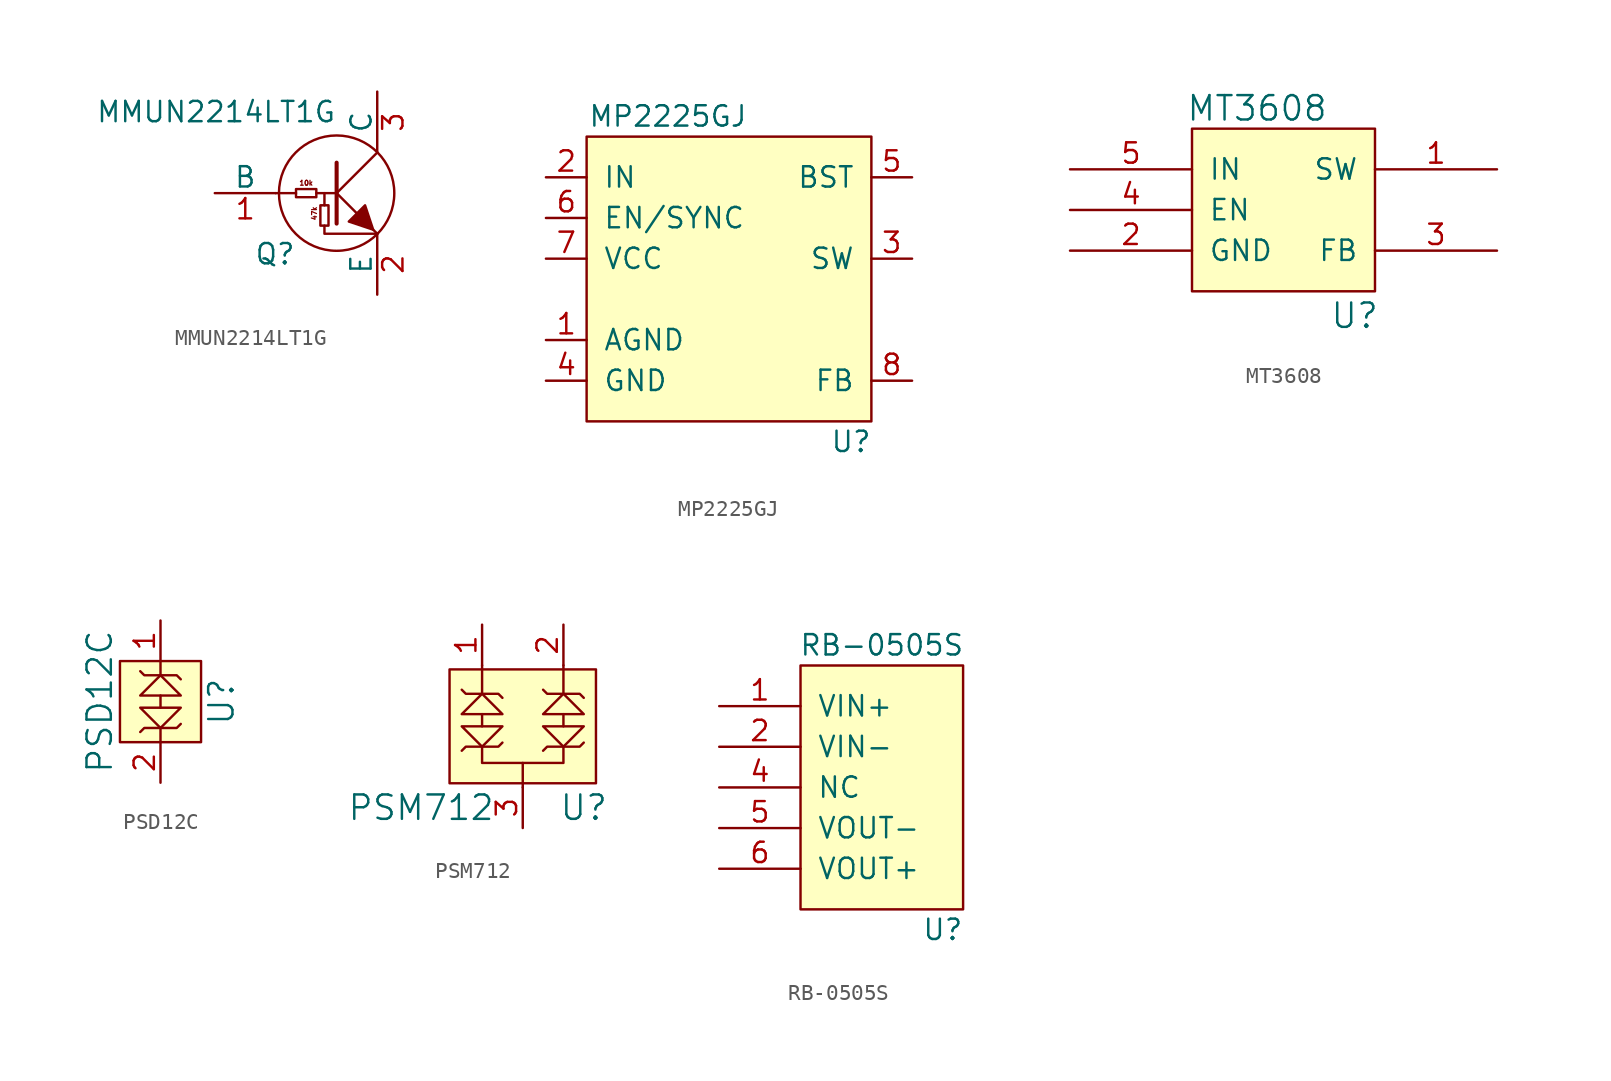
<source format=kicad_sym>
(kicad_symbol_lib
  (version 20211014)
  (generator kicad_symbol_editor)
  (symbol "MMUN2214LT1G"
    (pin_names
      (offset 0))
    (property "Reference" "Q"
      (at -2.54 -3.81 0)
      (effects (font (size 1.27 1.27)) (justify right)))
    (property "Value" "MMUN2214LT1G"
      (at 0 5.08 0)
      (effects (font (size 1.27 1.27)) (justify right)))
    (property "Footprint" ""
      (at 0 0 0)
      (effects (font (size 1.524 1.524))))
    (property "Datasheet" ""
      (at 0 0 0)
      (effects (font (size 1.524 1.524))))
    (symbol "MMUN2214LT1G_0_0"
      (polyline (pts (xy -2.54 0) (xy -3.81 0)) (stroke (width 0) (type default) (color 0 0 0 0)) (fill (type none)))
      (circle (center 0 0) (radius 3.607) (stroke (width 0) (type default) (color 0 0 0 0)) (fill (type none)))
      (text "10k" (at -1.905 0.635 0) (effects (font (size 0.305 0.305))))
      (text "47k" (at -1.397 -1.27 900) (effects (font (size 0.305 0.305)))))
    (symbol "MMUN2214LT1G_0_1"
      (rectangle (start -1.27 -0.254) (end -2.54 0.254) (stroke (width 0) (type default) (color 0 0 0 0)) (fill (type none)))
      (rectangle (start -0.508 -0.762) (end -1.016 -2.032) (stroke (width 0) (type default) (color 0 0 0 0)) (fill (type none)))
      (polyline (pts (xy -1.27 0) (xy 0 0)) (stroke (width 0) (type default) (color 0 0 0 0)) (fill (type none)))
      (polyline (pts (xy -0.762 0) (xy -0.762 -0.762)) (stroke (width 0) (type default) (color 0 0 0 0)) (fill (type none)))
      (polyline (pts (xy 0 0) (xy 2.54 2.54)) (stroke (width 0) (type default) (color 0 0 0 0)) (fill (type none)))
      (polyline (pts (xy 0 1.905) (xy 0 -1.905) (xy 0 -1.905)) (stroke (width 0.254) (type default) (color 0 0 0 0)) (fill (type none)))
      (polyline (pts (xy 1.27 -1.27) (xy 0 0) (xy 0 0)) (stroke (width 0) (type default) (color 0 0 0 0)) (fill (type none)))
      (polyline (pts (xy 2.286 -2.286) (xy 2.54 -2.54) (xy 2.54 -2.54)) (stroke (width 0) (type default) (color 0 0 0 0)) (fill (type none)))
      (polyline (pts (xy 2.54 -2.54) (xy -0.762 -2.54) (xy -0.762 -2.032)) (stroke (width 0) (type default) (color 0 0 0 0)) (fill (type none)))
      (polyline (pts (xy 2.286 -2.286) (xy 1.778 -0.762) (xy 0.762 -1.778) (xy 2.286 -2.286) (xy 2.286 -2.286)) (stroke (width 0) (type default) (color 0 0 0 0)) (fill (type outline))))
    (symbol "MMUN2214LT1G_1_1"
      (pin bidirectional line (at -7.62 0 0) (length 3.81) (name "B" (effects (font (size 1.27 1.27)))) (number "1" (effects (font (size 1.27 1.27)))))
      (pin bidirectional line (at 2.54 -6.35 90) (length 3.81) (name "E" (effects (font (size 1.27 1.27)))) (number "2" (effects (font (size 1.27 1.27)))))
      (pin bidirectional line (at 2.54 6.35 270) (length 3.81) (name "C" (effects (font (size 1.27 1.27)))) (number "3" (effects (font (size 1.27 1.27)))))))
  (symbol "MP2225GJ"
    (pin_names
      (offset 1.016))
    (property "Reference" "U"
      (at 16.51 -16.51 0)
      (effects (font (size 1.27 1.27))))
    (property "Value" "MP2225GJ"
      (at 5.08 3.81 0)
      (effects (font (size 1.27 1.27))))
    (symbol "MP2225GJ_0_1"
      (rectangle (start 17.78 -15.24) (end 0 2.54) (stroke (width 0) (type default) (color 0 0 0 0)) (fill (type background))))
    (symbol "MP2225GJ_1_1"
      (pin input line (at -2.54 -10.16 0) (length 2.54) (name "AGND" (effects (font (size 1.27 1.27)))) (number "1" (effects (font (size 1.27 1.27)))))
      (pin input line (at -2.54 0 0) (length 2.54) (name "IN" (effects (font (size 1.27 1.27)))) (number "2" (effects (font (size 1.27 1.27)))))
      (pin input line (at 20.32 -5.08 180) (length 2.54) (name "SW" (effects (font (size 1.27 1.27)))) (number "3" (effects (font (size 1.27 1.27)))))
      (pin input line (at -2.54 -12.7 0) (length 2.54) (name "GND" (effects (font (size 1.27 1.27)))) (number "4" (effects (font (size 1.27 1.27)))))
      (pin input line (at 20.32 0 180) (length 2.54) (name "BST" (effects (font (size 1.27 1.27)))) (number "5" (effects (font (size 1.27 1.27)))))
      (pin input line (at -2.54 -2.54 0) (length 2.54) (name "EN/SYNC" (effects (font (size 1.27 1.27)))) (number "6" (effects (font (size 1.27 1.27)))))
      (pin input line (at -2.54 -5.08 0) (length 2.54) (name "VCC" (effects (font (size 1.27 1.27)))) (number "7" (effects (font (size 1.27 1.27)))))
      (pin input line (at 20.32 -12.7 180) (length 2.54) (name "FB" (effects (font (size 1.27 1.27)))) (number "8" (effects (font (size 1.27 1.27)))))))
  (symbol "MT3608"
    (pin_names
      (offset 1.016))
    (property "Reference" "U"
      (at 10.16 -9.144 0)
      (effects (font (size 1.524 1.524))))
    (property "Value" "MT3608"
      (at 4.064 3.81 0)
      (effects (font (size 1.524 1.524))))
    (property "Footprint" ""
      (at 0 0 0)
      (effects (font (size 1.524 1.524))))
    (property "Datasheet" ""
      (at 0 0 0)
      (effects (font (size 1.524 1.524))))
    (symbol "MT3608_0_1"
      (rectangle (start 11.43 -7.62) (end 0 2.54) (stroke (width 0) (type default) (color 0 0 0 0)) (fill (type background))))
    (symbol "MT3608_1_1"
      (pin input line (at 19.05 0 180) (length 7.62) (name "SW" (effects (font (size 1.27 1.27)))) (number "1" (effects (font (size 1.27 1.27)))))
      (pin input line (at -7.62 -5.08 0) (length 7.62) (name "GND" (effects (font (size 1.27 1.27)))) (number "2" (effects (font (size 1.27 1.27)))))
      (pin input line (at 19.05 -5.08 180) (length 7.62) (name "FB" (effects (font (size 1.27 1.27)))) (number "3" (effects (font (size 1.27 1.27)))))
      (pin input line (at -7.62 -2.54 0) (length 7.62) (name "EN" (effects (font (size 1.27 1.27)))) (number "4" (effects (font (size 1.27 1.27)))))
      (pin input line (at -7.62 0 0) (length 7.62) (name "IN" (effects (font (size 1.27 1.27)))) (number "5" (effects (font (size 1.27 1.27)))))))
  (symbol "PSD12C"
    (pin_names
      (offset 1.016))
    (property "Reference" "U"
      (at 3.81 0 90)
      (effects (font (size 1.524 1.524))))
    (property "Value" "PSD12C"
      (at -3.81 0 90)
      (effects (font (size 1.524 1.524))))
    (property "Footprint" ""
      (at -1.016 -0.381 0)
      (effects (font (size 1.524 1.524))))
    (property "Datasheet" ""
      (at -1.016 -0.381 0)
      (effects (font (size 1.524 1.524))))
    (symbol "PSD12C_0_1"
      (rectangle (start -2.54 -2.54) (end 2.54 2.54) (stroke (width 0) (type default) (color 0 0 0 0)) (fill (type background)))
      (polyline (pts (xy 0 -2.54) (xy 0 -1.651)) (stroke (width 0) (type default) (color 0 0 0 0)) (fill (type none)))
      (polyline (pts (xy 0 -0.381) (xy 0 0.381)) (stroke (width 0) (type default) (color 0 0 0 0)) (fill (type none)))
      (polyline (pts (xy 0 1.651) (xy 0 2.54)) (stroke (width 0) (type default) (color 0 0 0 0)) (fill (type none)))
      (polyline (pts (xy -1.27 -1.905) (xy -1.016 -1.651) (xy 1.016 -1.651) (xy 1.27 -1.397)) (stroke (width 0) (type default) (color 0 0 0 0)) (fill (type none)))
      (polyline (pts (xy -1.27 -0.381) (xy 0 -1.651) (xy 1.27 -0.381) (xy -1.27 -0.381)) (stroke (width 0) (type default) (color 0 0 0 0)) (fill (type none)))
      (polyline (pts (xy -1.27 0.381) (xy 1.27 0.381) (xy 0 1.651) (xy -1.27 0.381)) (stroke (width 0) (type default) (color 0 0 0 0)) (fill (type none)))
      (polyline (pts (xy -1.27 1.905) (xy -1.016 1.651) (xy 1.016 1.651) (xy 1.27 1.397)) (stroke (width 0) (type default) (color 0 0 0 0)) (fill (type none))))
    (symbol "PSD12C_1_1"
      (pin input line (at 0 5.08 270) (length 2.54) (name "~" (effects (font (size 1.27 1.27)))) (number "1" (effects (font (size 1.27 1.27)))))
      (pin input line (at 0 -5.08 90) (length 2.54) (name "~" (effects (font (size 1.27 1.27)))) (number "2" (effects (font (size 1.27 1.27)))))))
  (symbol "PSM712"
    (pin_names
      (offset 1.016))
    (property "Reference" "U"
      (at 3.81 -5.08 0)
      (effects (font (size 1.524 1.524))))
    (property "Value" "PSM712"
      (at -6.35 -5.08 0)
      (effects (font (size 1.524 1.524))))
    (property "Footprint" ""
      (at -1.016 0 0)
      (effects (font (size 1.524 1.524))))
    (property "Datasheet" ""
      (at -1.016 0 0)
      (effects (font (size 1.524 1.524))))
    (symbol "PSM712_0_1"
      (rectangle (start -4.572 3.556) (end 4.572 -3.556) (stroke (width 0) (type default) (color 0 0 0 0)) (fill (type background)))
      (polyline (pts (xy -2.54 0) (xy -2.54 0.762)) (stroke (width 0) (type default) (color 0 0 0 0)) (fill (type none)))
      (polyline (pts (xy -2.54 3.81) (xy -2.54 2.032)) (stroke (width 0) (type default) (color 0 0 0 0)) (fill (type none)))
      (polyline (pts (xy 0 -2.286) (xy 0 -3.81)) (stroke (width 0) (type default) (color 0 0 0 0)) (fill (type none)))
      (polyline (pts (xy 2.54 0) (xy 2.54 0.762)) (stroke (width 0) (type default) (color 0 0 0 0)) (fill (type none)))
      (polyline (pts (xy 2.54 2.032) (xy 2.54 3.81)) (stroke (width 0) (type default) (color 0 0 0 0)) (fill (type none)))
      (polyline (pts (xy -3.81 -1.524) (xy -3.556 -1.27) (xy -1.524 -1.27) (xy -1.27 -1.016)) (stroke (width 0) (type default) (color 0 0 0 0)) (fill (type none)))
      (polyline (pts (xy -3.81 0) (xy -2.54 -1.27) (xy -1.27 0) (xy -3.81 0)) (stroke (width 0) (type default) (color 0 0 0 0)) (fill (type none)))
      (polyline (pts (xy -3.81 0.762) (xy -1.27 0.762) (xy -2.54 2.032) (xy -3.81 0.762)) (stroke (width 0) (type default) (color 0 0 0 0)) (fill (type none)))
      (polyline (pts (xy -3.81 2.286) (xy -3.556 2.032) (xy -1.524 2.032) (xy -1.27 1.778)) (stroke (width 0) (type default) (color 0 0 0 0)) (fill (type none)))
      (polyline (pts (xy 1.27 -1.524) (xy 1.524 -1.27) (xy 3.556 -1.27) (xy 3.81 -1.016)) (stroke (width 0) (type default) (color 0 0 0 0)) (fill (type none)))
      (polyline (pts (xy 1.27 0) (xy 2.54 -1.27) (xy 3.81 0) (xy 1.27 0)) (stroke (width 0) (type default) (color 0 0 0 0)) (fill (type none)))
      (polyline (pts (xy 1.27 0.762) (xy 3.81 0.762) (xy 2.54 2.032) (xy 1.27 0.762)) (stroke (width 0) (type default) (color 0 0 0 0)) (fill (type none)))
      (polyline (pts (xy 1.27 2.286) (xy 1.524 2.032) (xy 3.556 2.032) (xy 3.81 1.778)) (stroke (width 0) (type default) (color 0 0 0 0)) (fill (type none)))
      (polyline (pts (xy 2.54 -1.27) (xy 2.54 -2.286) (xy -2.54 -2.286) (xy -2.54 -1.27)) (stroke (width 0) (type default) (color 0 0 0 0)) (fill (type none))))
    (symbol "PSM712_1_1"
      (pin input line (at -2.54 6.35 270) (length 2.54) (name "~" (effects (font (size 1.27 1.27)))) (number "1" (effects (font (size 1.27 1.27)))))
      (pin input line (at 2.54 6.35 270) (length 2.54) (name "~" (effects (font (size 1.27 1.27)))) (number "2" (effects (font (size 1.27 1.27)))))
      (pin input line (at 0 -6.35 90) (length 2.54) (name "~" (effects (font (size 1.27 1.27)))) (number "3" (effects (font (size 1.27 1.27)))))))
  (symbol "RB-0505S"
    (pin_names
      (offset 1.016))
    (property "Reference" "U"
      (at 8.89 -13.97 0)
      (effects (font (size 1.27 1.27))))
    (property "Value" "RB-0505S"
      (at 5.08 3.81 0)
      (effects (font (size 1.27 1.27))))
    (symbol "RB-0505S_0_1"
      (rectangle (start 0 2.54) (end 10.16 -12.7) (stroke (width 0) (type default) (color 0 0 0 0)) (fill (type background))))
    (symbol "RB-0505S_1_1"
      (pin input line (at -5.08 0 0) (length 5.08) (name "VIN+" (effects (font (size 1.27 1.27)))) (number "1" (effects (font (size 1.27 1.27)))))
      (pin input line (at -5.08 -2.54 0) (length 5.08) (name "VIN-" (effects (font (size 1.27 1.27)))) (number "2" (effects (font (size 1.27 1.27)))))
      (pin input line (at -5.08 -5.08 0) (length 5.08) (name "NC" (effects (font (size 1.27 1.27)))) (number "4" (effects (font (size 1.27 1.27)))))
      (pin input line (at -5.08 -7.62 0) (length 5.08) (name "VOUT-" (effects (font (size 1.27 1.27)))) (number "5" (effects (font (size 1.27 1.27)))))
      (pin input line (at -5.08 -10.16 0) (length 5.08) (name "VOUT+" (effects (font (size 1.27 1.27)))) (number "6" (effects (font (size 1.27 1.27))))))))
</source>
